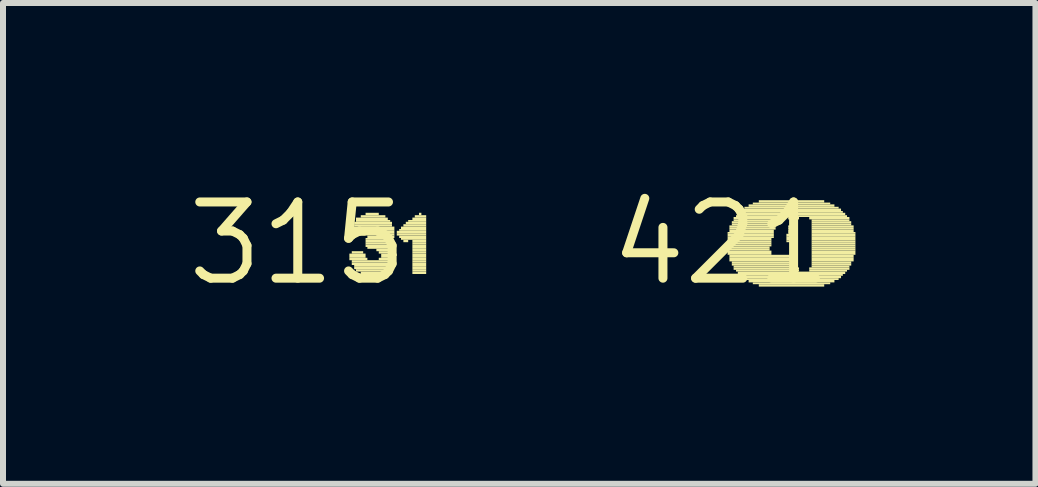
<source format=kicad_pcb>
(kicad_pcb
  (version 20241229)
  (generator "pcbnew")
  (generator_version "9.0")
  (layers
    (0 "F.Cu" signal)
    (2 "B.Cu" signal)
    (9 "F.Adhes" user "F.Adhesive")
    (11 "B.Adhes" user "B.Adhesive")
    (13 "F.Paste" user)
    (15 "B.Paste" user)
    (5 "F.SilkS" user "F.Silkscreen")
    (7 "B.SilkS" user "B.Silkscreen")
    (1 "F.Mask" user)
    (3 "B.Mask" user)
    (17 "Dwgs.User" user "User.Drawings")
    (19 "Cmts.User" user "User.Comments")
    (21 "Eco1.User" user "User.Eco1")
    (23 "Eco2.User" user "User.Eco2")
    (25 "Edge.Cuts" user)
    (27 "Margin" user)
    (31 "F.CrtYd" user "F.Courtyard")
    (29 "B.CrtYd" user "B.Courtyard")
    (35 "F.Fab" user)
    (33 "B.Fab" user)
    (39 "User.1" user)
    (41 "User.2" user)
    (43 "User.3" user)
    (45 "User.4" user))
  (footprint "315"
    (layer "F.Cu")
    (at 1.912 1.006)
    (property "Reference" "315" (at 0 0 0) (layer "F.SilkS") (effects (font (size 1.27 1.27) (thickness 0.15))))
    (fp_poly (pts (xy 0.86 0.21) (xy 1.13 0.21) (xy 1.13 0.17) (xy 0.86 0.17)) (stroke (width 0) (type default)) (fill yes) (layer "F.SilkS"))
    (fp_poly (pts (xy 0.86 0.24) (xy 1.13 0.24) (xy 1.13 0.21) (xy 0.86 0.21)) (stroke (width 0) (type default)) (fill yes) (layer "F.SilkS"))
    (fp_poly (pts (xy 0.86 0.28) (xy 1.16 0.28) (xy 1.16 0.24) (xy 0.86 0.24)) (stroke (width 0) (type default)) (fill yes) (layer "F.SilkS"))
    (fp_poly (pts (xy 0.9 -0.24) (xy 1.61 -0.24) (xy 1.61 -0.28) (xy 0.9 -0.28)) (stroke (width 0) (type default)) (fill yes) (layer "F.SilkS"))
    (fp_poly (pts (xy 0.9 -0.21) (xy 1.16 -0.21) (xy 1.16 -0.24) (xy 0.9 -0.24)) (stroke (width 0) (type default)) (fill yes) (layer "F.SilkS"))
    (fp_poly (pts (xy 0.9 0.17) (xy 1.09 0.17) (xy 1.09 0.13) (xy 0.9 0.13)) (stroke (width 0) (type default)) (fill yes) (layer "F.SilkS"))
    (fp_poly (pts (xy 0.9 0.32) (xy 1.61 0.32) (xy 1.61 0.28) (xy 0.9 0.28)) (stroke (width 0) (type default)) (fill yes) (layer "F.SilkS"))
    (fp_poly (pts (xy 0.9 0.36) (xy 1.61 0.36) (xy 1.61 0.32) (xy 0.9 0.32)) (stroke (width 0) (type default)) (fill yes) (layer "F.SilkS"))
    (fp_poly (pts (xy 0.94 -0.32) (xy 1.57 -0.32) (xy 1.57 -0.36) (xy 0.94 -0.36)) (stroke (width 0) (type default)) (fill yes) (layer "F.SilkS"))
    (fp_poly (pts (xy 0.94 -0.28) (xy 1.57 -0.28) (xy 1.57 -0.32) (xy 0.94 -0.32)) (stroke (width 0) (type default)) (fill yes) (layer "F.SilkS"))
    (fp_poly (pts (xy 0.94 -0.17) (xy 1.13 -0.17) (xy 1.13 -0.21) (xy 0.94 -0.21)) (stroke (width 0) (type default)) (fill yes) (layer "F.SilkS"))
    (fp_poly (pts (xy 0.94 0.39) (xy 1.57 0.39) (xy 1.57 0.36) (xy 0.94 0.36)) (stroke (width 0) (type default)) (fill yes) (layer "F.SilkS"))
    (fp_poly (pts (xy 0.94 0.43) (xy 1.54 0.43) (xy 1.54 0.39) (xy 0.94 0.39)) (stroke (width 0) (type default)) (fill yes) (layer "F.SilkS"))
    (fp_poly (pts (xy 0.97 -0.39) (xy 1.5 -0.39) (xy 1.5 -0.43) (xy 0.97 -0.43)) (stroke (width 0) (type default)) (fill yes) (layer "F.SilkS"))
    (fp_poly (pts (xy 0.97 -0.36) (xy 1.54 -0.36) (xy 1.54 -0.39) (xy 0.97 -0.39)) (stroke (width 0) (type default)) (fill yes) (layer "F.SilkS"))
    (fp_poly (pts (xy 0.97 -0.13) (xy 1.13 -0.13) (xy 1.13 -0.17) (xy 0.97 -0.17)) (stroke (width 0) (type default)) (fill yes) (layer "F.SilkS"))
    (fp_poly (pts (xy 0.97 0.47) (xy 1.5 0.47) (xy 1.5 0.43) (xy 0.97 0.43)) (stroke (width 0) (type default)) (fill yes) (layer "F.SilkS"))
    (fp_poly (pts (xy 1.05 -0.43) (xy 1.46 -0.43) (xy 1.46 -0.47) (xy 1.05 -0.47)) (stroke (width 0) (type default)) (fill yes) (layer "F.SilkS"))
    (fp_poly (pts (xy 1.05 0.51) (xy 1.43 0.51) (xy 1.43 0.47) (xy 1.05 0.47)) (stroke (width 0) (type default)) (fill yes) (layer "F.SilkS"))
    (fp_poly (pts (xy 1.13 -0.47) (xy 1.35 -0.47) (xy 1.35 -0.51) (xy 1.13 -0.51)) (stroke (width 0) (type default)) (fill yes) (layer "F.SilkS"))
    (fp_poly (pts (xy 1.13 -0.06) (xy 1.57 -0.06) (xy 1.57 -0.09) (xy 1.13 -0.09)) (stroke (width 0) (type default)) (fill yes) (layer "F.SilkS"))
    (fp_poly (pts (xy 1.13 -0.02) (xy 1.54 -0.02) (xy 1.54 -0.06) (xy 1.13 -0.06)) (stroke (width 0) (type default)) (fill yes) (layer "F.SilkS"))
    (fp_poly (pts (xy 1.13 0.02) (xy 1.54 0.02) (xy 1.54 -0.02) (xy 1.13 -0.02)) (stroke (width 0) (type default)) (fill yes) (layer "F.SilkS"))
    (fp_poly (pts (xy 1.13 0.06) (xy 1.57 0.06) (xy 1.57 0.02) (xy 1.13 0.02)) (stroke (width 0) (type default)) (fill yes) (layer "F.SilkS"))
    (fp_poly (pts (xy 1.16 -0.09) (xy 1.61 -0.09) (xy 1.61 -0.13) (xy 1.16 -0.13)) (stroke (width 0) (type default)) (fill yes) (layer "F.SilkS"))
    (fp_poly (pts (xy 1.16 0.09) (xy 1.61 0.09) (xy 1.61 0.06) (xy 1.16 0.06)) (stroke (width 0) (type default)) (fill yes) (layer "F.SilkS"))
    (fp_poly (pts (xy 1.16 0.54) (xy 1.31 0.54) (xy 1.31 0.51) (xy 1.16 0.51)) (stroke (width 0) (type default)) (fill yes) (layer "F.SilkS"))
    (fp_poly (pts (xy 1.31 -0.13) (xy 1.61 -0.13) (xy 1.61 -0.17) (xy 1.31 -0.17)) (stroke (width 0) (type default)) (fill yes) (layer "F.SilkS"))
    (fp_poly (pts (xy 1.31 0.13) (xy 1.61 0.13) (xy 1.61 0.09) (xy 1.31 0.09)) (stroke (width 0) (type default)) (fill yes) (layer "F.SilkS"))
    (fp_poly (pts (xy 1.35 -0.21) (xy 1.61 -0.21) (xy 1.61 -0.24) (xy 1.35 -0.24)) (stroke (width 0) (type default)) (fill yes) (layer "F.SilkS"))
    (fp_poly (pts (xy 1.35 -0.17) (xy 1.61 -0.17) (xy 1.61 -0.21) (xy 1.35 -0.21)) (stroke (width 0) (type default)) (fill yes) (layer "F.SilkS"))
    (fp_poly (pts (xy 1.35 0.17) (xy 1.61 0.17) (xy 1.61 0.13) (xy 1.35 0.13)) (stroke (width 0) (type default)) (fill yes) (layer "F.SilkS"))
    (fp_poly (pts (xy 1.35 0.28) (xy 1.61 0.28) (xy 1.61 0.24) (xy 1.35 0.24)) (stroke (width 0) (type default)) (fill yes) (layer "F.SilkS"))
    (fp_poly (pts (xy 1.39 0.21) (xy 1.65 0.21) (xy 1.65 0.17) (xy 1.39 0.17)) (stroke (width 0) (type default)) (fill yes) (layer "F.SilkS"))
    (fp_poly (pts (xy 1.39 0.24) (xy 1.61 0.24) (xy 1.61 0.21) (xy 1.39 0.21)) (stroke (width 0) (type default)) (fill yes) (layer "F.SilkS"))
    (fp_poly (pts (xy 1.65 -0.17) (xy 2.14 -0.17) (xy 2.14 -0.21) (xy 1.65 -0.21)) (stroke (width 0) (type default)) (fill yes) (layer "F.SilkS"))
    (fp_poly (pts (xy 1.65 -0.13) (xy 2.14 -0.13) (xy 2.14 -0.17) (xy 1.65 -0.17)) (stroke (width 0) (type default)) (fill yes) (layer "F.SilkS"))
    (fp_poly (pts (xy 1.69 -0.21) (xy 2.14 -0.21) (xy 2.14 -0.24) (xy 1.69 -0.24)) (stroke (width 0) (type default)) (fill yes) (layer "F.SilkS"))
    (fp_poly (pts (xy 1.69 -0.09) (xy 2.14 -0.09) (xy 2.14 -0.13) (xy 1.69 -0.13)) (stroke (width 0) (type default)) (fill yes) (layer "F.SilkS"))
    (fp_poly (pts (xy 1.72 -0.24) (xy 2.14 -0.24) (xy 2.14 -0.28) (xy 1.72 -0.28)) (stroke (width 0) (type default)) (fill yes) (layer "F.SilkS"))
    (fp_poly (pts (xy 1.72 -0.06) (xy 2.14 -0.06) (xy 2.14 -0.09) (xy 1.72 -0.09)) (stroke (width 0) (type default)) (fill yes) (layer "F.SilkS"))
    (fp_poly (pts (xy 1.76 -0.28) (xy 2.14 -0.28) (xy 2.14 -0.32) (xy 1.76 -0.32)) (stroke (width 0) (type default)) (fill yes) (layer "F.SilkS"))
    (fp_poly (pts (xy 1.76 -0.02) (xy 1.84 -0.02) (xy 1.84 -0.06) (xy 1.76 -0.06)) (stroke (width 0) (type default)) (fill yes) (layer "F.SilkS"))
    (fp_poly (pts (xy 1.8 -0.32) (xy 2.14 -0.32) (xy 2.14 -0.36) (xy 1.8 -0.36)) (stroke (width 0) (type default)) (fill yes) (layer "F.SilkS"))
    (fp_poly (pts (xy 1.84 -0.36) (xy 2.14 -0.36) (xy 2.14 -0.39) (xy 1.84 -0.39)) (stroke (width 0) (type default)) (fill yes) (layer "F.SilkS"))
    (fp_poly (pts (xy 1.91 -0.39) (xy 2.14 -0.39) (xy 2.14 -0.43) (xy 1.91 -0.43)) (stroke (width 0) (type default)) (fill yes) (layer "F.SilkS"))
    (fp_poly (pts (xy 1.91 -0.02) (xy 2.14 -0.02) (xy 2.14 -0.06) (xy 1.91 -0.06)) (stroke (width 0) (type default)) (fill yes) (layer "F.SilkS"))
    (fp_poly (pts (xy 1.91 0.02) (xy 2.14 0.02) (xy 2.14 -0.02) (xy 1.91 -0.02)) (stroke (width 0) (type default)) (fill yes) (layer "F.SilkS"))
    (fp_poly (pts (xy 1.91 0.06) (xy 2.14 0.06) (xy 2.14 0.02) (xy 1.91 0.02)) (stroke (width 0) (type default)) (fill yes) (layer "F.SilkS"))
    (fp_poly (pts (xy 1.91 0.09) (xy 2.14 0.09) (xy 2.14 0.06) (xy 1.91 0.06)) (stroke (width 0) (type default)) (fill yes) (layer "F.SilkS"))
    (fp_poly (pts (xy 1.91 0.13) (xy 2.14 0.13) (xy 2.14 0.09) (xy 1.91 0.09)) (stroke (width 0) (type default)) (fill yes) (layer "F.SilkS"))
    (fp_poly (pts (xy 1.91 0.17) (xy 2.14 0.17) (xy 2.14 0.13) (xy 1.91 0.13)) (stroke (width 0) (type default)) (fill yes) (layer "F.SilkS"))
    (fp_poly (pts (xy 1.91 0.21) (xy 2.14 0.21) (xy 2.14 0.17) (xy 1.91 0.17)) (stroke (width 0) (type default)) (fill yes) (layer "F.SilkS"))
    (fp_poly (pts (xy 1.91 0.24) (xy 2.14 0.24) (xy 2.14 0.21) (xy 1.91 0.21)) (stroke (width 0) (type default)) (fill yes) (layer "F.SilkS"))
    (fp_poly (pts (xy 1.91 0.28) (xy 2.14 0.28) (xy 2.14 0.24) (xy 1.91 0.24)) (stroke (width 0) (type default)) (fill yes) (layer "F.SilkS"))
    (fp_poly (pts (xy 1.91 0.32) (xy 2.14 0.32) (xy 2.14 0.28) (xy 1.91 0.28)) (stroke (width 0) (type default)) (fill yes) (layer "F.SilkS"))
    (fp_poly (pts (xy 1.91 0.36) (xy 2.14 0.36) (xy 2.14 0.32) (xy 1.91 0.32)) (stroke (width 0) (type default)) (fill yes) (layer "F.SilkS"))
    (fp_poly (pts (xy 1.91 0.39) (xy 2.14 0.39) (xy 2.14 0.36) (xy 1.91 0.36)) (stroke (width 0) (type default)) (fill yes) (layer "F.SilkS"))
    (fp_poly (pts (xy 1.91 0.43) (xy 2.14 0.43) (xy 2.14 0.39) (xy 1.91 0.39)) (stroke (width 0) (type default)) (fill yes) (layer "F.SilkS"))
    (fp_poly (pts (xy 1.91 0.47) (xy 2.14 0.47) (xy 2.14 0.43) (xy 1.91 0.43)) (stroke (width 0) (type default)) (fill yes) (layer "F.SilkS"))
    (fp_poly (pts (xy 1.91 0.51) (xy 2.14 0.51) (xy 2.14 0.47) (xy 1.91 0.47)) (stroke (width 0) (type default)) (fill yes) (layer "F.SilkS"))
    (fp_poly (pts (xy 1.95 -0.43) (xy 2.14 -0.43) (xy 2.14 -0.47) (xy 1.95 -0.47)) (stroke (width 0) (type default)) (fill yes) (layer "F.SilkS"))
    (fp_poly (pts (xy 2.02 -0.47) (xy 2.06 -0.47) (xy 2.06 -0.51) (xy 2.02 -0.51)) (stroke (width 0) (type default)) (fill yes) (layer "F.SilkS")))
  (footprint "421"
    (layer "F.Cu")
    (at 8.965 1.006)
    (property "Reference" "421" (at 0 0 0) (layer "F.SilkS") (effects (font (size 1.27 1.27) (thickness 0.15))))
    (fp_poly (pts (xy 0.11 -0.16) (xy 0.88 -0.16) (xy 0.88 -0.19) (xy 0.11 -0.19)) (stroke (width 0) (type default)) (fill yes) (layer "F.SilkS"))
    (fp_poly (pts (xy 0.11 -0.12) (xy 0.88 -0.12) (xy 0.88 -0.16) (xy 0.11 -0.16)) (stroke (width 0) (type default)) (fill yes) (layer "F.SilkS"))
    (fp_poly (pts (xy 0.11 -0.09) (xy 0.88 -0.09) (xy 0.88 -0.12) (xy 0.11 -0.12)) (stroke (width 0) (type default)) (fill yes) (layer "F.SilkS"))
    (fp_poly (pts (xy 0.11 -0.05) (xy 0.84 -0.05) (xy 0.84 -0.09) (xy 0.11 -0.09)) (stroke (width 0) (type default)) (fill yes) (layer "F.SilkS"))
    (fp_poly (pts (xy 0.11 -0.02) (xy 0.84 -0.02) (xy 0.84 -0.05) (xy 0.11 -0.05)) (stroke (width 0) (type default)) (fill yes) (layer "F.SilkS"))
    (fp_poly (pts (xy 0.11 0.02) (xy 0.84 0.02) (xy 0.84 -0.02) (xy 0.11 -0.02)) (stroke (width 0) (type default)) (fill yes) (layer "F.SilkS"))
    (fp_poly (pts (xy 0.11 0.05) (xy 0.84 0.05) (xy 0.84 0.02) (xy 0.11 0.02)) (stroke (width 0) (type default)) (fill yes) (layer "F.SilkS"))
    (fp_poly (pts (xy 0.11 0.09) (xy 0.81 0.09) (xy 0.81 0.05) (xy 0.11 0.05)) (stroke (width 0) (type default)) (fill yes) (layer "F.SilkS"))
    (fp_poly (pts (xy 0.11 0.12) (xy 0.81 0.12) (xy 0.81 0.09) (xy 0.11 0.09)) (stroke (width 0) (type default)) (fill yes) (layer "F.SilkS"))
    (fp_poly (pts (xy 0.11 0.16) (xy 0.84 0.16) (xy 0.84 0.12) (xy 0.11 0.12)) (stroke (width 0) (type default)) (fill yes) (layer "F.SilkS"))
    (fp_poly (pts (xy 0.11 0.19) (xy 0.84 0.19) (xy 0.84 0.16) (xy 0.11 0.16)) (stroke (width 0) (type default)) (fill yes) (layer "F.SilkS"))
    (fp_poly (pts (xy 0.14 -0.26) (xy 0.91 -0.26) (xy 0.91 -0.3) (xy 0.14 -0.3)) (stroke (width 0) (type default)) (fill yes) (layer "F.SilkS"))
    (fp_poly (pts (xy 0.14 -0.23) (xy 0.91 -0.23) (xy 0.91 -0.26) (xy 0.14 -0.26)) (stroke (width 0) (type default)) (fill yes) (layer "F.SilkS"))
    (fp_poly (pts (xy 0.14 -0.19) (xy 0.88 -0.19) (xy 0.88 -0.23) (xy 0.14 -0.23)) (stroke (width 0) (type default)) (fill yes) (layer "F.SilkS"))
    (fp_poly (pts (xy 0.14 0.23) (xy 1.26 0.23) (xy 1.26 0.19) (xy 0.14 0.19)) (stroke (width 0) (type default)) (fill yes) (layer "F.SilkS"))
    (fp_poly (pts (xy 0.14 0.26) (xy 1.26 0.26) (xy 1.26 0.23) (xy 0.14 0.23)) (stroke (width 0) (type default)) (fill yes) (layer "F.SilkS"))
    (fp_poly (pts (xy 0.14 0.3) (xy 1.26 0.3) (xy 1.26 0.26) (xy 0.14 0.26)) (stroke (width 0) (type default)) (fill yes) (layer "F.SilkS"))
    (fp_poly (pts (xy 0.18 -0.33) (xy 0.91 -0.33) (xy 0.91 -0.37) (xy 0.18 -0.37)) (stroke (width 0) (type default)) (fill yes) (layer "F.SilkS"))
    (fp_poly (pts (xy 0.18 -0.3) (xy 0.91 -0.3) (xy 0.91 -0.33) (xy 0.18 -0.33)) (stroke (width 0) (type default)) (fill yes) (layer "F.SilkS"))
    (fp_poly (pts (xy 0.18 0.33) (xy 1.26 0.33) (xy 1.26 0.3) (xy 0.18 0.3)) (stroke (width 0) (type default)) (fill yes) (layer "F.SilkS"))
    (fp_poly (pts (xy 0.18 0.37) (xy 1.26 0.37) (xy 1.26 0.33) (xy 0.18 0.33)) (stroke (width 0) (type default)) (fill yes) (layer "F.SilkS"))
    (fp_poly (pts (xy 0.21 -0.4) (xy 0.95 -0.4) (xy 0.95 -0.44) (xy 0.21 -0.44)) (stroke (width 0) (type default)) (fill yes) (layer "F.SilkS"))
    (fp_poly (pts (xy 0.21 -0.37) (xy 0.95 -0.37) (xy 0.95 -0.4) (xy 0.21 -0.4)) (stroke (width 0) (type default)) (fill yes) (layer "F.SilkS"))
    (fp_poly (pts (xy 0.21 0.4) (xy 1.26 0.4) (xy 1.26 0.37) (xy 0.21 0.37)) (stroke (width 0) (type default)) (fill yes) (layer "F.SilkS"))
    (fp_poly (pts (xy 0.21 0.44) (xy 1.3 0.44) (xy 1.3 0.4) (xy 0.21 0.4)) (stroke (width 0) (type default)) (fill yes) (layer "F.SilkS"))
    (fp_poly (pts (xy 0.25 -0.44) (xy 2.1 -0.44) (xy 2.1 -0.47) (xy 0.25 -0.47)) (stroke (width 0) (type default)) (fill yes) (layer "F.SilkS"))
    (fp_poly (pts (xy 0.25 0.47) (xy 1.3 0.47) (xy 1.3 0.44) (xy 0.25 0.44)) (stroke (width 0) (type default)) (fill yes) (layer "F.SilkS"))
    (fp_poly (pts (xy 0.28 -0.47) (xy 2.07 -0.47) (xy 2.07 -0.51) (xy 0.28 -0.51)) (stroke (width 0) (type default)) (fill yes) (layer "F.SilkS"))
    (fp_poly (pts (xy 0.28 0.51) (xy 2.07 0.51) (xy 2.07 0.47) (xy 0.28 0.47)) (stroke (width 0) (type default)) (fill yes) (layer "F.SilkS"))
    (fp_poly (pts (xy 0.32 -0.51) (xy 2.03 -0.51) (xy 2.03 -0.54) (xy 0.32 -0.54)) (stroke (width 0) (type default)) (fill yes) (layer "F.SilkS"))
    (fp_poly (pts (xy 0.32 0.54) (xy 2.03 0.54) (xy 2.03 0.51) (xy 0.32 0.51)) (stroke (width 0) (type default)) (fill yes) (layer "F.SilkS"))
    (fp_poly (pts (xy 0.35 -0.54) (xy 2 -0.54) (xy 2 -0.58) (xy 0.35 -0.58)) (stroke (width 0) (type default)) (fill yes) (layer "F.SilkS"))
    (fp_poly (pts (xy 0.35 0.58) (xy 2 0.58) (xy 2 0.54) (xy 0.35 0.54)) (stroke (width 0) (type default)) (fill yes) (layer "F.SilkS"))
    (fp_poly (pts (xy 0.39 -0.58) (xy 1.96 -0.58) (xy 1.96 -0.61) (xy 0.39 -0.61)) (stroke (width 0) (type default)) (fill yes) (layer "F.SilkS"))
    (fp_poly (pts (xy 0.39 0.61) (xy 1.96 0.61) (xy 1.96 0.58) (xy 0.39 0.58)) (stroke (width 0) (type default)) (fill yes) (layer "F.SilkS"))
    (fp_poly (pts (xy 0.46 -0.61) (xy 1.89 -0.61) (xy 1.89 -0.65) (xy 0.46 -0.65)) (stroke (width 0) (type default)) (fill yes) (layer "F.SilkS"))
    (fp_poly (pts (xy 0.46 0.65) (xy 1.89 0.65) (xy 1.89 0.61) (xy 0.46 0.61)) (stroke (width 0) (type default)) (fill yes) (layer "F.SilkS"))
    (fp_poly (pts (xy 0.53 -0.65) (xy 1.82 -0.65) (xy 1.82 -0.68) (xy 0.53 -0.68)) (stroke (width 0) (type default)) (fill yes) (layer "F.SilkS"))
    (fp_poly (pts (xy 0.53 0.68) (xy 1.82 0.68) (xy 1.82 0.65) (xy 0.53 0.65)) (stroke (width 0) (type default)) (fill yes) (layer "F.SilkS"))
    (fp_poly (pts (xy 0.63 -0.68) (xy 1.72 -0.68) (xy 1.72 -0.72) (xy 0.63 -0.72)) (stroke (width 0) (type default)) (fill yes) (layer "F.SilkS"))
    (fp_poly (pts (xy 0.63 0.72) (xy 1.72 0.72) (xy 1.72 0.68) (xy 0.63 0.68)) (stroke (width 0) (type default)) (fill yes) (layer "F.SilkS"))
    (fp_poly (pts (xy 1.09 -0.12) (xy 1.26 -0.12) (xy 1.26 -0.16) (xy 1.09 -0.16)) (stroke (width 0) (type default)) (fill yes) (layer "F.SilkS"))
    (fp_poly (pts (xy 1.09 -0.09) (xy 1.26 -0.09) (xy 1.26 -0.12) (xy 1.09 -0.12)) (stroke (width 0) (type default)) (fill yes) (layer "F.SilkS"))
    (fp_poly (pts (xy 1.09 -0.05) (xy 1.26 -0.05) (xy 1.26 -0.09) (xy 1.09 -0.09)) (stroke (width 0) (type default)) (fill yes) (layer "F.SilkS"))
    (fp_poly (pts (xy 1.09 -0.02) (xy 1.26 -0.02) (xy 1.26 -0.05) (xy 1.09 -0.05)) (stroke (width 0) (type default)) (fill yes) (layer "F.SilkS"))
    (fp_poly (pts (xy 1.12 -0.4) (xy 1.3 -0.4) (xy 1.3 -0.44) (xy 1.12 -0.44)) (stroke (width 0) (type default)) (fill yes) (layer "F.SilkS"))
    (fp_poly (pts (xy 1.12 -0.26) (xy 1.26 -0.26) (xy 1.26 -0.3) (xy 1.12 -0.3)) (stroke (width 0) (type default)) (fill yes) (layer "F.SilkS"))
    (fp_poly (pts (xy 1.12 -0.23) (xy 1.26 -0.23) (xy 1.26 -0.26) (xy 1.12 -0.26)) (stroke (width 0) (type default)) (fill yes) (layer "F.SilkS"))
    (fp_poly (pts (xy 1.12 -0.19) (xy 1.26 -0.19) (xy 1.26 -0.23) (xy 1.12 -0.23)) (stroke (width 0) (type default)) (fill yes) (layer "F.SilkS"))
    (fp_poly (pts (xy 1.12 -0.16) (xy 1.26 -0.16) (xy 1.26 -0.19) (xy 1.12 -0.19)) (stroke (width 0) (type default)) (fill yes) (layer "F.SilkS"))
    (fp_poly (pts (xy 1.16 -0.37) (xy 1.26 -0.37) (xy 1.26 -0.4) (xy 1.16 -0.4)) (stroke (width 0) (type default)) (fill yes) (layer "F.SilkS"))
    (fp_poly (pts (xy 1.16 -0.33) (xy 1.26 -0.33) (xy 1.26 -0.37) (xy 1.16 -0.37)) (stroke (width 0) (type default)) (fill yes) (layer "F.SilkS"))
    (fp_poly (pts (xy 1.16 -0.3) (xy 1.26 -0.3) (xy 1.26 -0.33) (xy 1.16 -0.33)) (stroke (width 0) (type default)) (fill yes) (layer "F.SilkS"))
    (fp_poly (pts (xy 1.47 -0.4) (xy 2.14 -0.4) (xy 2.14 -0.44) (xy 1.47 -0.44)) (stroke (width 0) (type default)) (fill yes) (layer "F.SilkS"))
    (fp_poly (pts (xy 1.47 0.44) (xy 2.14 0.44) (xy 2.14 0.4) (xy 1.47 0.4)) (stroke (width 0) (type default)) (fill yes) (layer "F.SilkS"))
    (fp_poly (pts (xy 1.47 0.47) (xy 2.1 0.47) (xy 2.1 0.44) (xy 1.47 0.44)) (stroke (width 0) (type default)) (fill yes) (layer "F.SilkS"))
    (fp_poly (pts (xy 1.51 -0.37) (xy 2.14 -0.37) (xy 2.14 -0.4) (xy 1.51 -0.4)) (stroke (width 0) (type default)) (fill yes) (layer "F.SilkS"))
    (fp_poly (pts (xy 1.51 -0.33) (xy 2.17 -0.33) (xy 2.17 -0.37) (xy 1.51 -0.37)) (stroke (width 0) (type default)) (fill yes) (layer "F.SilkS"))
    (fp_poly (pts (xy 1.51 -0.3) (xy 2.17 -0.3) (xy 2.17 -0.33) (xy 1.51 -0.33)) (stroke (width 0) (type default)) (fill yes) (layer "F.SilkS"))
    (fp_poly (pts (xy 1.51 -0.26) (xy 2.21 -0.26) (xy 2.21 -0.3) (xy 1.51 -0.3)) (stroke (width 0) (type default)) (fill yes) (layer "F.SilkS"))
    (fp_poly (pts (xy 1.51 -0.23) (xy 2.21 -0.23) (xy 2.21 -0.26) (xy 1.51 -0.26)) (stroke (width 0) (type default)) (fill yes) (layer "F.SilkS"))
    (fp_poly (pts (xy 1.51 -0.19) (xy 2.21 -0.19) (xy 2.21 -0.23) (xy 1.51 -0.23)) (stroke (width 0) (type default)) (fill yes) (layer "F.SilkS"))
    (fp_poly (pts (xy 1.51 -0.16) (xy 2.24 -0.16) (xy 2.24 -0.19) (xy 1.51 -0.19)) (stroke (width 0) (type default)) (fill yes) (layer "F.SilkS"))
    (fp_poly (pts (xy 1.51 -0.12) (xy 2.24 -0.12) (xy 2.24 -0.16) (xy 1.51 -0.16)) (stroke (width 0) (type default)) (fill yes) (layer "F.SilkS"))
    (fp_poly (pts (xy 1.51 -0.09) (xy 2.24 -0.09) (xy 2.24 -0.12) (xy 1.51 -0.12)) (stroke (width 0) (type default)) (fill yes) (layer "F.SilkS"))
    (fp_poly (pts (xy 1.51 -0.05) (xy 2.24 -0.05) (xy 2.24 -0.09) (xy 1.51 -0.09)) (stroke (width 0) (type default)) (fill yes) (layer "F.SilkS"))
    (fp_poly (pts (xy 1.51 -0.02) (xy 2.24 -0.02) (xy 2.24 -0.05) (xy 1.51 -0.05)) (stroke (width 0) (type default)) (fill yes) (layer "F.SilkS"))
    (fp_poly (pts (xy 1.51 0.02) (xy 2.24 0.02) (xy 2.24 -0.02) (xy 1.51 -0.02)) (stroke (width 0) (type default)) (fill yes) (layer "F.SilkS"))
    (fp_poly (pts (xy 1.51 0.05) (xy 2.24 0.05) (xy 2.24 0.02) (xy 1.51 0.02)) (stroke (width 0) (type default)) (fill yes) (layer "F.SilkS"))
    (fp_poly (pts (xy 1.51 0.09) (xy 2.24 0.09) (xy 2.24 0.05) (xy 1.51 0.05)) (stroke (width 0) (type default)) (fill yes) (layer "F.SilkS"))
    (fp_poly (pts (xy 1.51 0.12) (xy 2.24 0.12) (xy 2.24 0.09) (xy 1.51 0.09)) (stroke (width 0) (type default)) (fill yes) (layer "F.SilkS"))
    (fp_poly (pts (xy 1.51 0.16) (xy 2.24 0.16) (xy 2.24 0.12) (xy 1.51 0.12)) (stroke (width 0) (type default)) (fill yes) (layer "F.SilkS"))
    (fp_poly (pts (xy 1.51 0.19) (xy 2.24 0.19) (xy 2.24 0.16) (xy 1.51 0.16)) (stroke (width 0) (type default)) (fill yes) (layer "F.SilkS"))
    (fp_poly (pts (xy 1.51 0.23) (xy 2.21 0.23) (xy 2.21 0.19) (xy 1.51 0.19)) (stroke (width 0) (type default)) (fill yes) (layer "F.SilkS"))
    (fp_poly (pts (xy 1.51 0.26) (xy 2.21 0.26) (xy 2.21 0.23) (xy 1.51 0.23)) (stroke (width 0) (type default)) (fill yes) (layer "F.SilkS"))
    (fp_poly (pts (xy 1.51 0.3) (xy 2.21 0.3) (xy 2.21 0.26) (xy 1.51 0.26)) (stroke (width 0) (type default)) (fill yes) (layer "F.SilkS"))
    (fp_poly (pts (xy 1.51 0.33) (xy 2.17 0.33) (xy 2.17 0.3) (xy 1.51 0.3)) (stroke (width 0) (type default)) (fill yes) (layer "F.SilkS"))
    (fp_poly (pts (xy 1.51 0.37) (xy 2.17 0.37) (xy 2.17 0.33) (xy 1.51 0.33)) (stroke (width 0) (type default)) (fill yes) (layer "F.SilkS"))
    (fp_poly (pts (xy 1.51 0.4) (xy 2.14 0.4) (xy 2.14 0.37) (xy 1.51 0.37)) (stroke (width 0) (type default)) (fill yes) (layer "F.SilkS")))
  (gr_rect
    (start -3 -3)
    (end 14.205 5.012)
    (stroke (width 0.1) (type default))
    (fill no)
    (layer "Edge.Cuts")))
</source>
